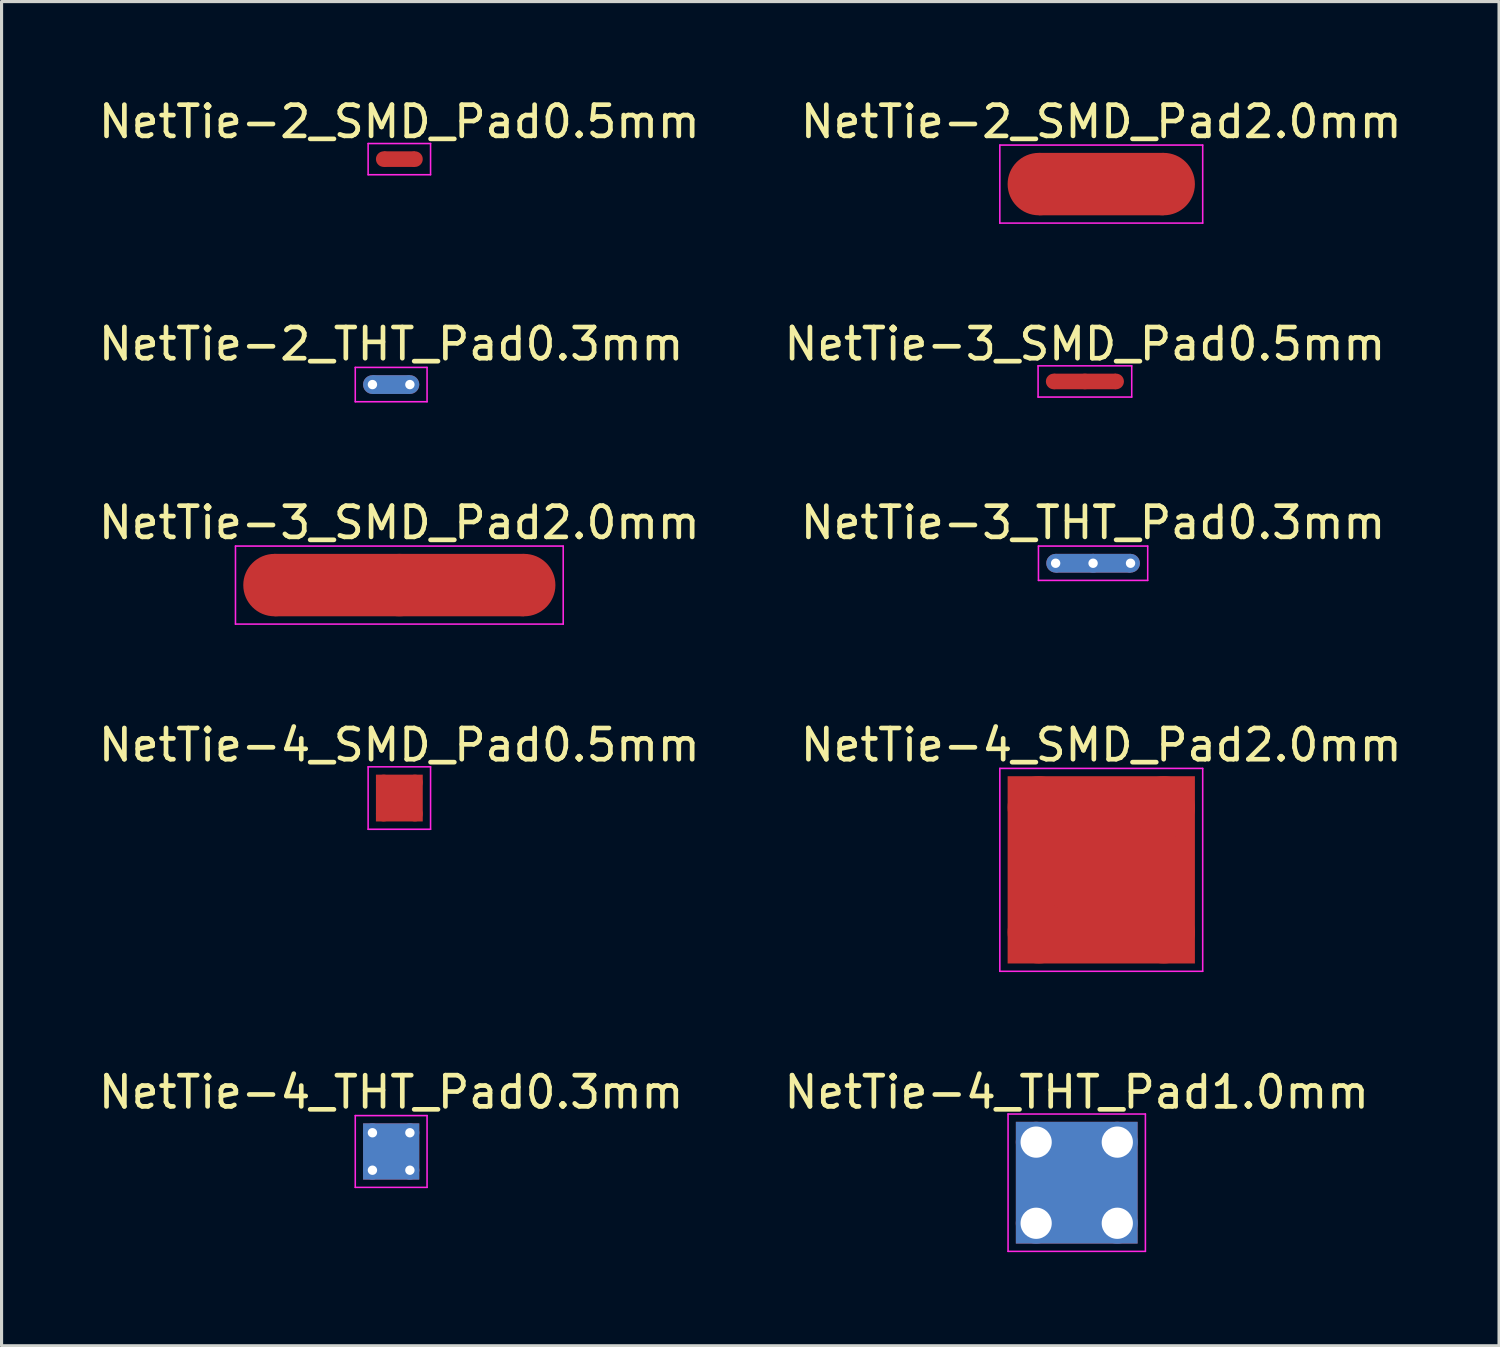
<source format=kicad_pcb>
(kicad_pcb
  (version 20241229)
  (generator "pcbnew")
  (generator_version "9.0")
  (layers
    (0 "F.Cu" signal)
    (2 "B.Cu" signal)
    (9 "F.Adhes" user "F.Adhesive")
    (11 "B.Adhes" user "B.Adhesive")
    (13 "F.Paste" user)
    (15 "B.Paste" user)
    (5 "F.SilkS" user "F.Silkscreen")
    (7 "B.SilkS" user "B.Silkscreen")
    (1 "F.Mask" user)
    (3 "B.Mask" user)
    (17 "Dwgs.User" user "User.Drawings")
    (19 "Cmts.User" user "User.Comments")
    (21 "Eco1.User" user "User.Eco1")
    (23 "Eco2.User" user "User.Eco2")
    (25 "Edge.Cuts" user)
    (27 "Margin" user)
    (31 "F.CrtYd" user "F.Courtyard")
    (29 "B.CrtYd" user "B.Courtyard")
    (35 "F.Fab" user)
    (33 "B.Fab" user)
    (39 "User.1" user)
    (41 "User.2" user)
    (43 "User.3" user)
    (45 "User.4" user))
  (footprint "NetTie-2_THT_Pad0.3mm"
    (layer "F.Cu")
    (at 8.882 9.271)
    (property "Reference" "NetTie-2_THT_Pad0.3mm" (at 0.6 -1.3 0) (layer "F.SilkS") (effects (font (size 1 1) (thickness 0.15))))
    (attr exclude_from_pos_files exclude_from_bom)
    (fp_poly (pts (xy 0 -0.3) (xy 1.2 -0.3) (xy 1.2 0.3) (xy 0 0.3)) (stroke (width 0) (type solid)) (fill yes) (layer "F.Cu"))
    (fp_poly (pts (xy 0 -0.3) (xy 1.2 -0.3) (xy 1.2 0.3) (xy 0 0.3)) (stroke (width 0) (type solid)) (fill yes) (layer "B.Cu"))
    (fp_line (start -0.55 -0.55) (end 1.75 -0.55) (stroke (width 0.05) (type solid)) (layer "F.CrtYd"))
    (fp_line (start -0.55 0.55) (end -0.55 -0.55) (stroke (width 0.05) (type solid)) (layer "F.CrtYd"))
    (fp_line (start 1.75 -0.55) (end 1.75 0.55) (stroke (width 0.05) (type solid)) (layer "F.CrtYd"))
    (fp_line (start 1.75 0.55) (end -0.55 0.55) (stroke (width 0.05) (type solid)) (layer "F.CrtYd"))
    (pad "1" thru_hole circle (at 0 0) (size 0.6 0.6) (drill 0.3) (layers "*.Cu"))
    (pad "2" thru_hole circle (at 1.2 0) (size 0.6 0.6) (drill 0.3) (layers "*.Cu")))
  (footprint "NetTie-3_SMD_Pad2.0mm"
    (layer "F.Cu")
    (at 9.744 15.695)
    (property "Reference" "NetTie-3_SMD_Pad2.0mm" (at 0 -2 0) (layer "F.SilkS") (effects (font (size 1 1) (thickness 0.15))))
    (attr exclude_from_pos_files exclude_from_bom)
    (fp_poly (pts (xy -4 -1) (xy 4 -1) (xy 4 1) (xy -4 1)) (stroke (width 0) (type solid)) (fill yes) (layer "F.Cu"))
    (fp_line (start -5.25 -1.25) (end 5.25 -1.25) (stroke (width 0.05) (type solid)) (layer "F.CrtYd"))
    (fp_line (start -5.25 1.25) (end -5.25 -1.25) (stroke (width 0.05) (type solid)) (layer "F.CrtYd"))
    (fp_line (start 5.25 -1.25) (end 5.25 1.25) (stroke (width 0.05) (type solid)) (layer "F.CrtYd"))
    (fp_line (start 5.25 1.25) (end -5.25 1.25) (stroke (width 0.05) (type solid)) (layer "F.CrtYd"))
    (pad "1" smd circle (at -4 0) (size 2 2) (layers "F.Cu"))
    (pad "2" smd circle (at 0 0) (size 2 2) (layers "F.Cu"))
    (pad "3" smd circle (at 4 0) (size 2 2) (layers "F.Cu")))
  (footprint "NetTie-4_SMD_Pad2.0mm"
    (layer "F.Cu")
    (at 32.232 24.818)
    (property "Reference" "NetTie-4_SMD_Pad2.0mm" (at 0 -4 0) (layer "F.SilkS") (effects (font (size 1 1) (thickness 0.15))))
    (attr exclude_from_pos_files exclude_from_bom)
    (fp_poly (pts (xy -3 -3) (xy 3 -3) (xy 3 3) (xy -3 3)) (stroke (width 0) (type solid)) (fill yes) (layer "F.Cu"))
    (fp_line (start -3.25 -3.25) (end 3.25 -3.25) (stroke (width 0.05) (type solid)) (layer "F.CrtYd"))
    (fp_line (start -3.25 3.25) (end -3.25 -3.25) (stroke (width 0.05) (type solid)) (layer "F.CrtYd"))
    (fp_line (start 3.25 -3.25) (end 3.25 3.25) (stroke (width 0.05) (type solid)) (layer "F.CrtYd"))
    (fp_line (start 3.25 3.25) (end -3.25 3.25) (stroke (width 0.05) (type solid)) (layer "F.CrtYd"))
    (pad "1" smd circle (at -2 -2) (size 2 2) (layers "F.Cu"))
    (pad "2" smd circle (at 2 -2) (size 2 2) (layers "F.Cu"))
    (pad "3" smd circle (at -2 2) (size 2 2) (layers "F.Cu"))
    (pad "4" smd circle (at 2 2) (size 2 2) (layers "F.Cu")))
  (footprint "NetTie-3_SMD_Pad0.5mm"
    (layer "F.Cu")
    (at 31.708 9.171)
    (property "Reference" "NetTie-3_SMD_Pad0.5mm" (at 0 -1.2 0) (layer "F.SilkS") (effects (font (size 1 1) (thickness 0.15))))
    (attr exclude_from_pos_files exclude_from_bom)
    (fp_poly (pts (xy -1 -0.25) (xy 1 -0.25) (xy 1 0.25) (xy -1 0.25)) (stroke (width 0) (type solid)) (fill yes) (layer "F.Cu"))
    (fp_line (start -1.5 -0.5) (end -1.5 0.5) (stroke (width 0.05) (type solid)) (layer "F.CrtYd"))
    (fp_line (start -1.5 0.5) (end 1.5 0.5) (stroke (width 0.05) (type solid)) (layer "F.CrtYd"))
    (fp_line (start 1.5 -0.5) (end -1.5 -0.5) (stroke (width 0.05) (type solid)) (layer "F.CrtYd"))
    (fp_line (start 1.5 0.5) (end 1.5 -0.5) (stroke (width 0.05) (type solid)) (layer "F.CrtYd"))
    (pad "1" smd circle (at -1 0) (size 0.5 0.5) (layers "F.Cu"))
    (pad "2" smd circle (at 0 0) (size 0.5 0.5) (layers "F.Cu"))
    (pad "3" smd circle (at 1 0) (size 0.5 0.5) (layers "F.Cu")))
  (footprint "NetTie-4_SMD_Pad0.5mm"
    (layer "F.Cu")
    (at 9.744 22.518)
    (property "Reference" "NetTie-4_SMD_Pad0.5mm" (at 0 -1.7 0) (layer "F.SilkS") (effects (font (size 1 1) (thickness 0.15))))
    (attr exclude_from_pos_files exclude_from_bom)
    (fp_poly (pts (xy -0.75 -0.75) (xy 0.75 -0.75) (xy 0.75 0.75) (xy -0.75 0.75)) (stroke (width 0) (type solid)) (fill yes) (layer "F.Cu"))
    (fp_line (start -1 -1) (end -1 1) (stroke (width 0.05) (type solid)) (layer "F.CrtYd"))
    (fp_line (start -1 1) (end 1 1) (stroke (width 0.05) (type solid)) (layer "F.CrtYd"))
    (fp_line (start 1 -1) (end -1 -1) (stroke (width 0.05) (type solid)) (layer "F.CrtYd"))
    (fp_line (start 1 1) (end 1 -1) (stroke (width 0.05) (type solid)) (layer "F.CrtYd"))
    (pad "1" smd circle (at -0.5 -0.5) (size 0.5 0.5) (layers "F.Cu"))
    (pad "2" smd circle (at 0.5 -0.5) (size 0.5 0.5) (layers "F.Cu"))
    (pad "3" smd circle (at -0.5 0.5) (size 0.5 0.5) (layers "F.Cu"))
    (pad "4" smd circle (at 0.5 0.5) (size 0.5 0.5) (layers "F.Cu")))
  (footprint "NetTie-4_THT_Pad1.0mm"
    (layer "F.Cu")
    (at 30.146 33.541)
    (property "Reference" "NetTie-4_THT_Pad1.0mm" (at 1.3 -1.6 0) (layer "F.SilkS") (effects (font (size 1 1) (thickness 0.15))))
    (attr exclude_from_pos_files exclude_from_bom)
    (fp_poly (pts (xy -0.65 -0.65) (xy 3.25 -0.65) (xy 3.25 3.25) (xy -0.65 3.25)) (stroke (width 0) (type solid)) (fill yes) (layer "F.Cu"))
    (fp_poly (pts (xy -0.65 -0.65) (xy 3.25 -0.65) (xy 3.25 3.25) (xy -0.65 3.25)) (stroke (width 0) (type solid)) (fill yes) (layer "B.Cu"))
    (fp_line (start -0.9 -0.9) (end 3.5 -0.9) (stroke (width 0.05) (type solid)) (layer "F.CrtYd"))
    (fp_line (start -0.9 3.5) (end -0.9 -0.9) (stroke (width 0.05) (type solid)) (layer "F.CrtYd"))
    (fp_line (start 3.5 -0.9) (end 3.5 3.5) (stroke (width 0.05) (type solid)) (layer "F.CrtYd"))
    (fp_line (start 3.5 3.5) (end -0.9 3.5) (stroke (width 0.05) (type solid)) (layer "F.CrtYd"))
    (pad "1" thru_hole circle (at 0 0) (size 1.3 1.3) (drill 1) (layers "*.Cu"))
    (pad "2" thru_hole circle (at 2.6 0) (size 1.3 1.3) (drill 1) (layers "*.Cu"))
    (pad "3" thru_hole circle (at 0 2.6) (size 1.3 1.3) (drill 1) (layers "*.Cu"))
    (pad "4" thru_hole circle (at 2.6 2.6) (size 1.3 1.3) (drill 1) (layers "*.Cu")))
  (footprint "NetTie-2_SMD_Pad2.0mm"
    (layer "F.Cu")
    (at 32.232 2.848)
    (property "Reference" "NetTie-2_SMD_Pad2.0mm" (at 0 -2 0) (layer "F.SilkS") (effects (font (size 1 1) (thickness 0.15))))
    (attr exclude_from_pos_files exclude_from_bom)
    (fp_poly (pts (xy -2 -1) (xy 2 -1) (xy 2 1) (xy -2 1)) (stroke (width 0) (type solid)) (fill yes) (layer "F.Cu"))
    (fp_line (start -3.25 -1.25) (end 3.25 -1.25) (stroke (width 0.05) (type solid)) (layer "F.CrtYd"))
    (fp_line (start -3.25 1.25) (end -3.25 -1.25) (stroke (width 0.05) (type solid)) (layer "F.CrtYd"))
    (fp_line (start 3.25 -1.25) (end 3.25 1.25) (stroke (width 0.05) (type solid)) (layer "F.CrtYd"))
    (fp_line (start 3.25 1.25) (end -3.25 1.25) (stroke (width 0.05) (type solid)) (layer "F.CrtYd"))
    (pad "1" smd circle (at -2 0) (size 2 2) (layers "F.Cu"))
    (pad "2" smd circle (at 2 0) (size 2 2) (layers "F.Cu")))
  (footprint "NetTie-4_THT_Pad0.3mm"
    (layer "F.Cu")
    (at 8.882 33.241)
    (property "Reference" "NetTie-4_THT_Pad0.3mm" (at 0.6 -1.3 0) (layer "F.SilkS") (effects (font (size 1 1) (thickness 0.15))))
    (attr exclude_from_pos_files exclude_from_bom)
    (fp_poly (pts (xy -0.3 -0.3) (xy 1.5 -0.3) (xy 1.5 1.5) (xy -0.3 1.5)) (stroke (width 0) (type solid)) (fill yes) (layer "F.Cu"))
    (fp_poly (pts (xy -0.3 -0.3) (xy 1.5 -0.3) (xy 1.5 1.5) (xy -0.3 1.5)) (stroke (width 0) (type solid)) (fill yes) (layer "B.Cu"))
    (fp_line (start -0.55 -0.55) (end 1.75 -0.55) (stroke (width 0.05) (type solid)) (layer "F.CrtYd"))
    (fp_line (start -0.55 1.75) (end -0.55 -0.55) (stroke (width 0.05) (type solid)) (layer "F.CrtYd"))
    (fp_line (start 1.75 -0.55) (end 1.75 1.75) (stroke (width 0.05) (type solid)) (layer "F.CrtYd"))
    (fp_line (start 1.75 1.75) (end -0.55 1.75) (stroke (width 0.05) (type solid)) (layer "F.CrtYd"))
    (pad "1" thru_hole circle (at 0 0) (size 0.6 0.6) (drill 0.3) (layers "*.Cu"))
    (pad "2" thru_hole circle (at 1.2 0) (size 0.6 0.6) (drill 0.3) (layers "*.Cu"))
    (pad "3" thru_hole circle (at 0 1.2) (size 0.6 0.6) (drill 0.3) (layers "*.Cu"))
    (pad "4" thru_hole circle (at 1.2 1.2) (size 0.6 0.6) (drill 0.3) (layers "*.Cu")))
  (footprint "NetTie-2_SMD_Pad0.5mm"
    (layer "F.Cu")
    (at 9.744 2.048)
    (property "Reference" "NetTie-2_SMD_Pad0.5mm" (at 0 -1.2 0) (layer "F.SilkS") (effects (font (size 1 1) (thickness 0.15))))
    (attr exclude_from_pos_files exclude_from_bom)
    (fp_poly (pts (xy -0.5 -0.25) (xy 0.5 -0.25) (xy 0.5 0.25) (xy -0.5 0.25)) (stroke (width 0) (type solid)) (fill yes) (layer "F.Cu"))
    (fp_line (start -1 -0.5) (end -1 0.5) (stroke (width 0.05) (type solid)) (layer "F.CrtYd"))
    (fp_line (start -1 0.5) (end 1 0.5) (stroke (width 0.05) (type solid)) (layer "F.CrtYd"))
    (fp_line (start 1 -0.5) (end -1 -0.5) (stroke (width 0.05) (type solid)) (layer "F.CrtYd"))
    (fp_line (start 1 0.5) (end 1 -0.5) (stroke (width 0.05) (type solid)) (layer "F.CrtYd"))
    (pad "1" smd circle (at -0.5 0) (size 0.5 0.5) (layers "F.Cu"))
    (pad "2" smd circle (at 0.5 0) (size 0.5 0.5) (layers "F.Cu")))
  (footprint "NetTie-3_THT_Pad0.3mm"
    (layer "F.Cu")
    (at 30.77 14.995)
    (property "Reference" "NetTie-3_THT_Pad0.3mm" (at 1.2 -1.3 0) (layer "F.SilkS") (effects (font (size 1 1) (thickness 0.15))))
    (attr exclude_from_pos_files exclude_from_bom)
    (fp_poly (pts (xy 0 -0.3) (xy 2.4 -0.3) (xy 2.4 0.3) (xy 0 0.3)) (stroke (width 0) (type solid)) (fill yes) (layer "F.Cu"))
    (fp_poly (pts (xy 0 -0.3) (xy 2.4 -0.3) (xy 2.4 0.3) (xy 0 0.3)) (stroke (width 0) (type solid)) (fill yes) (layer "B.Cu"))
    (fp_line (start -0.55 -0.55) (end 2.95 -0.55) (stroke (width 0.05) (type solid)) (layer "F.CrtYd"))
    (fp_line (start -0.55 0.55) (end -0.55 -0.55) (stroke (width 0.05) (type solid)) (layer "F.CrtYd"))
    (fp_line (start 2.95 -0.55) (end 2.95 0.55) (stroke (width 0.05) (type solid)) (layer "F.CrtYd"))
    (fp_line (start 2.95 0.55) (end -0.55 0.55) (stroke (width 0.05) (type solid)) (layer "F.CrtYd"))
    (pad "1" thru_hole circle (at 0 0) (size 0.6 0.6) (drill 0.3) (layers "*.Cu"))
    (pad "2" thru_hole circle (at 1.2 0) (size 0.6 0.6) (drill 0.3) (layers "*.Cu"))
    (pad "3" thru_hole circle (at 2.4 0) (size 0.6 0.6) (drill 0.3) (layers "*.Cu")))
  (gr_rect
    (start -3 -3)
    (end 44.976 40.066)
    (stroke (width 0.1) (type default))
    (fill no)
    (layer "Edge.Cuts")))
</source>
